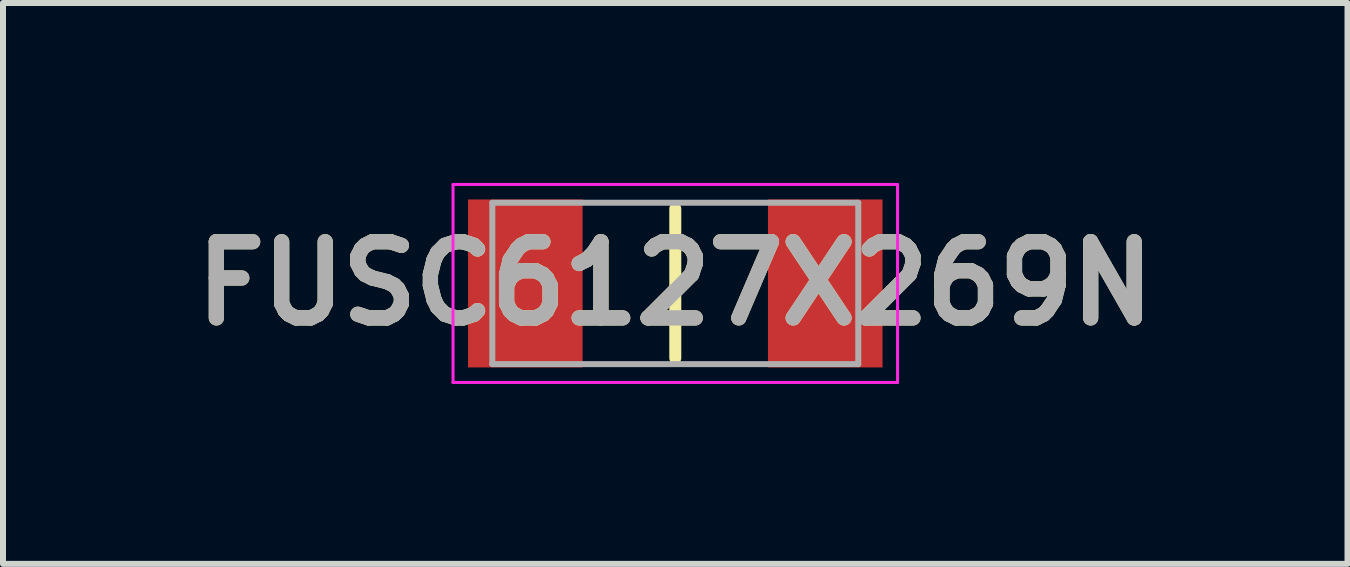
<source format=kicad_pcb>
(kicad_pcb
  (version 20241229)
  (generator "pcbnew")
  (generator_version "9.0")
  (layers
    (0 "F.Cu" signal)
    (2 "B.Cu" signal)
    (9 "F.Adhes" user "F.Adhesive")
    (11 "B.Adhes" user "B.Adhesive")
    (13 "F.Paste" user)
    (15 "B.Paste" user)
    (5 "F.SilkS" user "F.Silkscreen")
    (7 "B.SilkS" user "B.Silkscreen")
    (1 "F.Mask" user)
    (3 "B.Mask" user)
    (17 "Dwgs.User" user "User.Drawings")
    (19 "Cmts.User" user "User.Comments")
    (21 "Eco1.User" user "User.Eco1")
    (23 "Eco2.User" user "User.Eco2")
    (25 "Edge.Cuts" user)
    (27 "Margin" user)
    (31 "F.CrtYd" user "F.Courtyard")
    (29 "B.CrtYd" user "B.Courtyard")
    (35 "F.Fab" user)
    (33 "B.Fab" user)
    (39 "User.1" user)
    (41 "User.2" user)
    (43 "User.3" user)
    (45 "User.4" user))
  (footprint "FUSC6127X269N"
    (layer "F.Cu")
    (at 8.207 1.675)
    (property "Reference" "FUSC6127X269N" (at 0 0 0) (layer "F.SilkS") (effects (font (size 1.27 1.27) (thickness 0.254))))
    (attr smd)
    (fp_line (start 0 -1.245) (end 0 1.245) (stroke (width 0.2) (type solid)) (layer "F.SilkS"))
    (fp_line (start -3.705 -1.65) (end 3.705 -1.65) (stroke (width 0.05) (type solid)) (layer "F.CrtYd"))
    (fp_line (start -3.705 1.65) (end -3.705 -1.65) (stroke (width 0.05) (type solid)) (layer "F.CrtYd"))
    (fp_line (start 3.705 -1.65) (end 3.705 1.65) (stroke (width 0.05) (type solid)) (layer "F.CrtYd"))
    (fp_line (start 3.705 1.65) (end -3.705 1.65) (stroke (width 0.05) (type solid)) (layer "F.CrtYd"))
    (fp_line (start -3.05 -1.345) (end 3.05 -1.345) (stroke (width 0.1) (type solid)) (layer "F.Fab"))
    (fp_line (start -3.05 1.345) (end -3.05 -1.345) (stroke (width 0.1) (type solid)) (layer "F.Fab"))
    (fp_line (start 3.05 -1.345) (end 3.05 1.345) (stroke (width 0.1) (type solid)) (layer "F.Fab"))
    (fp_line (start 3.05 1.345) (end -3.05 1.345) (stroke (width 0.1) (type solid)) (layer "F.Fab"))
    (fp_text user "${REFERENCE}" (at 0 0 0) (layer "F.Fab") (effects (font (size 1.27 1.27) (thickness 0.254))))
    (pad "1" smd rect (at -2.5 0) (size 1.91 2.8) (layers "F.Cu" "F.Mask" "F.Paste"))
    (pad "2" smd rect (at 2.5 0) (size 1.91 2.8) (layers "F.Cu" "F.Mask" "F.Paste")))
  (gr_rect
    (start -3 -3)
    (end 19.413 6.35)
    (stroke (width 0.1) (type default))
    (fill no)
    (layer "Edge.Cuts")))
</source>
